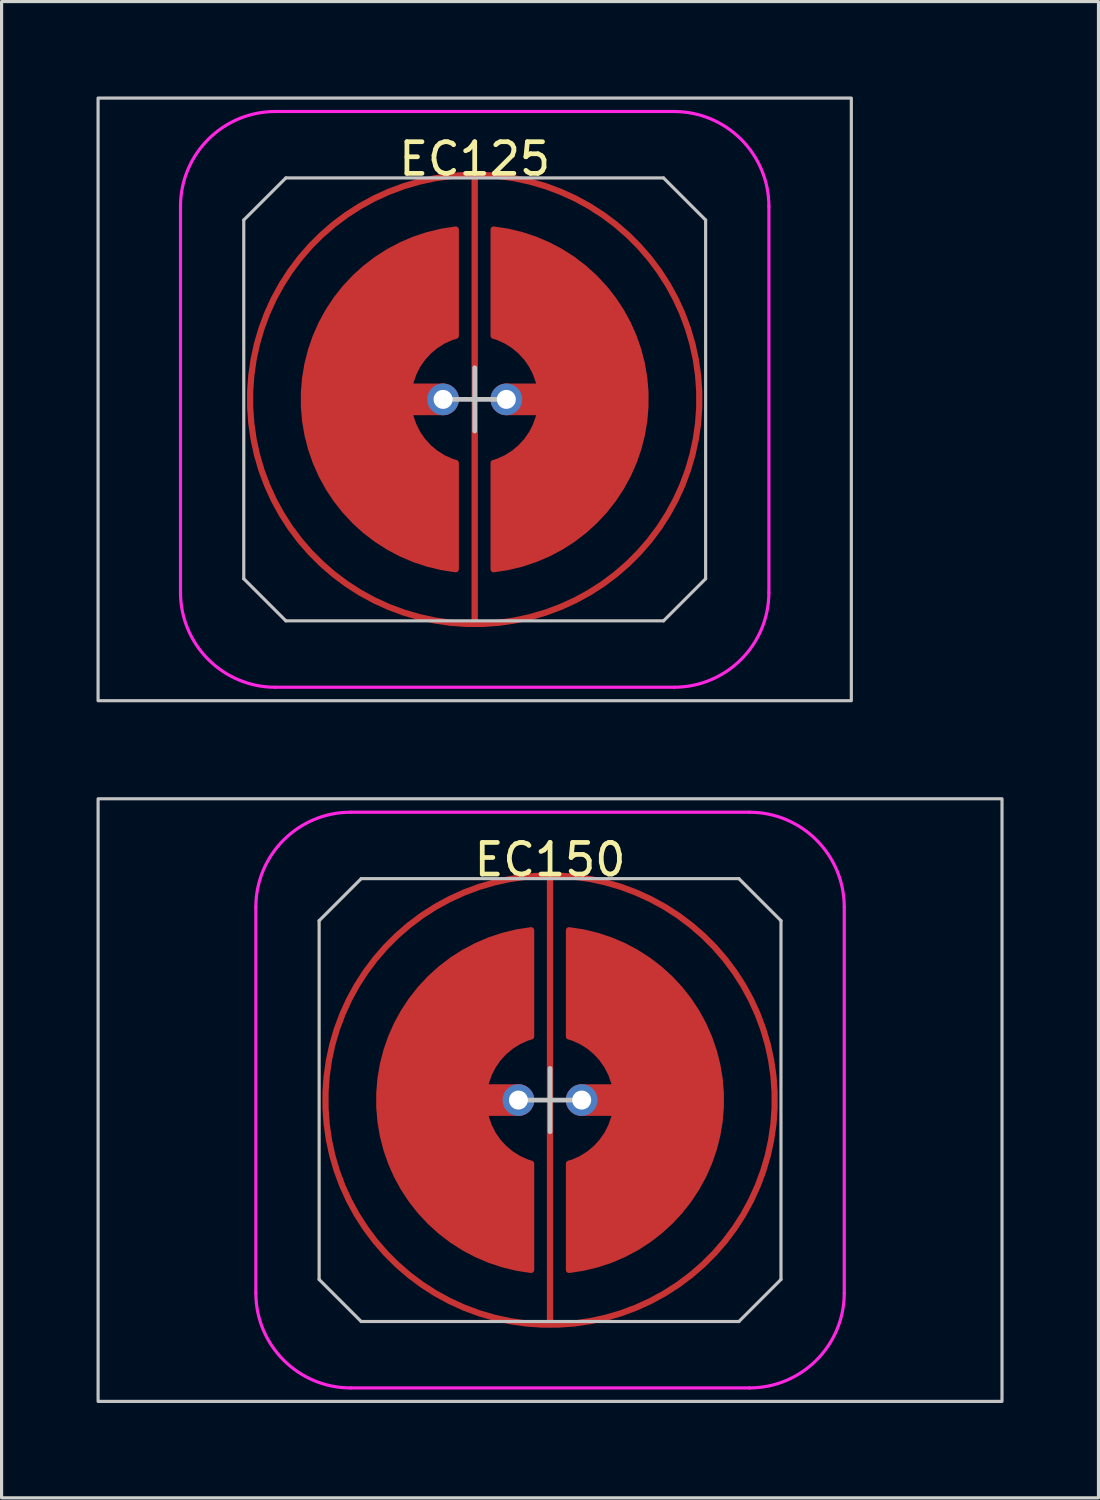
<source format=kicad_pcb>
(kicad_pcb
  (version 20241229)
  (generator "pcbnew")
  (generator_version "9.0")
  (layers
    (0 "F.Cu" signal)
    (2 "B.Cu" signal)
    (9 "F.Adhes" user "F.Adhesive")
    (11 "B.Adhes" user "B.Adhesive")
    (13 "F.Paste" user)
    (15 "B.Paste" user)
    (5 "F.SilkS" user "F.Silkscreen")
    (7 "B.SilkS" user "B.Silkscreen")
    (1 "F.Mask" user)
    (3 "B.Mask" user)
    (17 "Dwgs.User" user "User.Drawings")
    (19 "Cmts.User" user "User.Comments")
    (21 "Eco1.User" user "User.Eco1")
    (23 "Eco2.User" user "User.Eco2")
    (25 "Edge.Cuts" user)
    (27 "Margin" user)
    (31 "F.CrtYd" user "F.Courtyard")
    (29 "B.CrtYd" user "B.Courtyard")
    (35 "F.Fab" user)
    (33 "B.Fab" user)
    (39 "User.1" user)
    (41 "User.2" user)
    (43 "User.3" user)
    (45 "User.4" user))
  (footprint "EC125"
    (layer "F.Cu")
    (at 11.956 9.575)
    (property "Reference" "EC125" (at 0 -7.6 0) (layer "F.SilkS") (effects (font (size 1 1) (thickness 0.15))))
    (attr through_hole exclude_from_pos_files exclude_from_bom)
    (fp_line (start -7.3 -5.67) (end -5.97 -7) (stroke (width 0.1) (type solid)) (layer "Dwgs.User"))
    (fp_line (start -7.3 5.67) (end -7.3 -5.67) (stroke (width 0.1) (type solid)) (layer "Dwgs.User"))
    (fp_line (start -7.3 5.67) (end -5.97 7) (stroke (width 0.1) (type solid)) (layer "Dwgs.User"))
    (fp_line (start -5.97 -7) (end 5.97 -7) (stroke (width 0.1) (type solid)) (layer "Dwgs.User"))
    (fp_line (start -1 0) (end 1 0) (stroke (width 0.15) (type default)) (layer "Dwgs.User"))
    (fp_line (start 0 -1) (end 0 1) (stroke (width 0.15) (type default)) (layer "Dwgs.User"))
    (fp_line (start 5.97 -7) (end 7.3 -5.67) (stroke (width 0.1) (type solid)) (layer "Dwgs.User"))
    (fp_line (start 5.97 7) (end -5.97 7) (stroke (width 0.1) (type solid)) (layer "Dwgs.User"))
    (fp_line (start 7.3 -5.67) (end 7.3 5.67) (stroke (width 0.1) (type solid)) (layer "Dwgs.User"))
    (fp_line (start 7.3 5.67) (end 5.97 7) (stroke (width 0.1) (type solid)) (layer "Dwgs.User"))
    (fp_rect (start -11.906 -9.525) (end 11.906 9.525) (stroke (width 0.1) (type solid)) (fill no) (layer "Dwgs.User"))
    (fp_line (start -9.3 6.1) (end -9.3 -6.1) (stroke (width 0.1) (type solid)) (layer "F.CrtYd"))
    (fp_line (start -6.3 -9.1) (end 6.3 -9.1) (stroke (width 0.1) (type solid)) (layer "F.CrtYd"))
    (fp_line (start -6.3 9.1) (end 6.3 9.1) (stroke (width 0.1) (type solid)) (layer "F.CrtYd"))
    (fp_line (start 9.3 -6.1) (end 9.3 6.1) (stroke (width 0.1) (type solid)) (layer "F.CrtYd"))
    (fp_arc (start -9.3 -6.1) (mid -8.42132 -8.22132) (end -6.3 -9.1) (stroke (width 0.1) (type solid)) (layer "F.CrtYd"))
    (fp_arc (start -6.3 9.1) (mid -8.42132 8.22132) (end -9.3 6.1) (stroke (width 0.1) (type solid)) (layer "F.CrtYd"))
    (fp_arc (start 6.3 -9.1) (mid 8.42132 -8.22132) (end 9.3 -6.1) (stroke (width 0.1) (type solid)) (layer "F.CrtYd"))
    (fp_arc (start 9.3 6.1) (mid 8.42132 8.22132) (end 6.3 9.1) (stroke (width 0.1) (type solid)) (layer "F.CrtYd"))
    (pad "" smd circle (at -1 0) (size 0.55 0.55) (layers "F.Mask"))
    (pad "" smd circle (at 1 0) (size 0.55 0.55) (layers "F.Mask"))
    (pad "1" smd custom (at 0 0 90) (size 0.2 0.2) (layers "F.Cu") (options (anchor circle)) (primitives (gr_line (start 7.1 0) (end -7.1 0) (width 0.2)) (gr_circle (center 0 0) (end 7.1 0) (width 0.2) (fill no))))
    (pad "2" smd custom (at -4.1 0) (size 0.2 0.2) (layers "F.Cu") (options (anchor circle)) (primitives (gr_poly (pts (xy 3.1 5.3) (xy 2.1 5) (xy 1.1 4.5) (xy 0.1 3.6) (xy -0.9 2) (xy -1.2 1) (xy -1.3 0) (xy -1.2 -1) (xy -0.9 -2) (xy 0.1 -3.6) (xy 1.1 -4.5) (xy 2.1 -5) (xy 3.1 -5.3) (xy 3.5 -5.367) (xy 3.5 -2.012) (xy 3.1 -1.8) (xy 2.2 -1) (xy 2 0) (xy 2.2 1) (xy 3.1 1.8) (xy 3.5 2.012) (xy 3.5 5.367)) (width 0) (fill yes)) (gr_line (start 3.1 0) (end 0.6 0) (width 1)) (gr_line (start 3.5 2.012) (end 3.5 5.367) (width 0.2)) (gr_line (start 3.5 -2.012) (end 3.5 -5.367) (width 0.2)) (gr_arc (start 3.5 5.366562) (mid -1.299999 0.001944) (end 3.496136 -5.366129) (width 0.2)) (gr_arc (start 3.5 2.01246) (mid 2.000002 0.001775) (end 3.496598 -2.011443) (width 0.2))))
    (pad "2" thru_hole circle (at -1 0) (size 1 1) (drill 0.6) (layers "*.Cu" "B.Mask"))
    (pad "3" thru_hole circle (at 1 0) (size 1 1) (drill 0.6) (layers "*.Cu" "B.Mask"))
    (pad "3" smd custom (at 4.1 0) (size 0.2 0.2) (layers "F.Cu") (options (anchor circle)) (primitives (gr_poly (pts (xy -3.1 -5.3) (xy -2.1 -5) (xy -1.1 -4.5) (xy -0.1 -3.6) (xy 0.9 -2) (xy 1.2 -1) (xy 1.3 0) (xy 1.2 1) (xy 0.9 2) (xy -0.1 3.6) (xy -1.1 4.5) (xy -2.1 5) (xy -3.5 5.367) (xy -3.5 2.012) (xy -3.1 1.8) (xy -2.2 1) (xy -2 0) (xy -2.2 -1) (xy -3.1 -1.8) (xy -3.5 -2.012) (xy -3.5 -5.367)) (width 0) (fill yes)) (gr_line (start -3.5 -2.012) (end -3.5 -5.367) (width 0.2)) (gr_arc (start -3.5 -2.01246) (mid -2.000002 -0.001775) (end -3.496598 2.011443) (width 0.2)) (gr_arc (start -3.5 -5.366562) (mid 1.299999 -0.001944) (end -3.496136 5.366129) (width 0.2)) (gr_line (start -3.5 2.012) (end -3.5 5.367) (width 0.2)) (gr_line (start -0.6 0) (end -3.1 0) (width 1))))
    (zone (net_name "") (layers "F.Cu" "B.Cu") (hatch edge 0.508) (connect_pads) (min_thickness 0.254) (filled_areas_thickness no) (keepout (tracks allowed) (vias allowed) (pads allowed) (copperpour not_allowed) (footprints allowed)) (placement (enabled no)) (fill) (polygon (pts (xy 12.956 2.575) (xy 13.956 2.775) (xy 14.956 3.175) (xy 15.956 3.675) (xy 16.956 4.575) (xy 17.856 5.575) (xy 18.356 6.575) (xy 18.756 7.575) (xy 18.956 8.575) (xy 19.056 9.575) (xy 18.956 10.575) (xy 18.756 11.575) (xy 18.356 12.575) (xy 17.956 13.375) (xy 16.956 14.675) (xy 15.956 15.475) (xy 14.956 16.075) (xy 13.956 16.375) (xy 12.956 16.575) (xy 11.956 16.675) (xy 10.956 16.575) (xy 9.956 16.375) (xy 8.956 15.975) (xy 7.956 15.475) (xy 6.956 14.575) (xy 6.056 13.575) (xy 5.556 12.575) (xy 5.156 11.575) (xy 4.956 10.575) (xy 4.856 9.575) (xy 4.956 8.575) (xy 5.156 7.675) (xy 5.556 6.575) (xy 6.056 5.575) (xy 6.856 4.575) (xy 7.956 3.675) (xy 8.956 3.175) (xy 9.956 2.775) (xy 10.956 2.575) (xy 11.956 2.475)))))
  (footprint "EC150"
    (layer "F.Cu")
    (at 14.338 31.725)
    (property "Reference" "EC150" (at 0 -7.6 0) (layer "F.SilkS") (effects (font (size 1 1) (thickness 0.15))))
    (attr through_hole exclude_from_pos_files exclude_from_bom)
    (fp_line (start -7.3 -5.67) (end -5.97 -7) (stroke (width 0.1) (type solid)) (layer "Dwgs.User"))
    (fp_line (start -7.3 5.67) (end -7.3 -5.67) (stroke (width 0.1) (type solid)) (layer "Dwgs.User"))
    (fp_line (start -7.3 5.67) (end -5.97 7) (stroke (width 0.1) (type solid)) (layer "Dwgs.User"))
    (fp_line (start -5.97 -7) (end 5.97 -7) (stroke (width 0.1) (type solid)) (layer "Dwgs.User"))
    (fp_line (start -1 0) (end 1 0) (stroke (width 0.15) (type default)) (layer "Dwgs.User"))
    (fp_line (start 0 -1) (end 0 1) (stroke (width 0.15) (type default)) (layer "Dwgs.User"))
    (fp_line (start 5.97 -7) (end 7.3 -5.67) (stroke (width 0.1) (type solid)) (layer "Dwgs.User"))
    (fp_line (start 5.97 7) (end -5.97 7) (stroke (width 0.1) (type solid)) (layer "Dwgs.User"))
    (fp_line (start 7.3 -5.67) (end 7.3 5.67) (stroke (width 0.1) (type solid)) (layer "Dwgs.User"))
    (fp_line (start 7.3 5.67) (end 5.97 7) (stroke (width 0.1) (type solid)) (layer "Dwgs.User"))
    (fp_rect (start -14.287 -9.525) (end 14.287 9.525) (stroke (width 0.1) (type solid)) (fill no) (layer "Dwgs.User"))
    (fp_line (start -9.3 6.1) (end -9.3 -6.1) (stroke (width 0.1) (type solid)) (layer "F.CrtYd"))
    (fp_line (start -6.3 -9.1) (end 6.3 -9.1) (stroke (width 0.1) (type solid)) (layer "F.CrtYd"))
    (fp_line (start -6.3 9.1) (end 6.3 9.1) (stroke (width 0.1) (type solid)) (layer "F.CrtYd"))
    (fp_line (start 9.3 -6.1) (end 9.3 6.1) (stroke (width 0.1) (type solid)) (layer "F.CrtYd"))
    (fp_arc (start -9.3 -6.1) (mid -8.42132 -8.22132) (end -6.3 -9.1) (stroke (width 0.1) (type solid)) (layer "F.CrtYd"))
    (fp_arc (start -6.3 9.1) (mid -8.42132 8.22132) (end -9.3 6.1) (stroke (width 0.1) (type solid)) (layer "F.CrtYd"))
    (fp_arc (start 6.3 -9.1) (mid 8.42132 -8.22132) (end 9.3 -6.1) (stroke (width 0.1) (type solid)) (layer "F.CrtYd"))
    (fp_arc (start 9.3 6.1) (mid 8.42132 8.22132) (end 6.3 9.1) (stroke (width 0.1) (type solid)) (layer "F.CrtYd"))
    (pad "" smd circle (at -1 0) (size 0.55 0.55) (layers "F.Mask"))
    (pad "" smd circle (at 1 0) (size 0.55 0.55) (layers "F.Mask"))
    (pad "1" smd custom (at 0 0 90) (size 0.2 0.2) (layers "F.Cu") (options (anchor circle)) (primitives (gr_line (start 7.1 0) (end -7.1 0) (width 0.2)) (gr_circle (center 0 0) (end 7.1 0) (width 0.2) (fill no))))
    (pad "2" smd custom (at -4.1 0) (size 0.2 0.2) (layers "F.Cu") (options (anchor circle)) (primitives (gr_poly (pts (xy 3.1 5.3) (xy 2.1 5) (xy 1.1 4.5) (xy 0.1 3.6) (xy -0.9 2) (xy -1.2 1) (xy -1.3 0) (xy -1.2 -1) (xy -0.9 -2) (xy 0.1 -3.6) (xy 1.1 -4.5) (xy 2.1 -5) (xy 3.1 -5.3) (xy 3.5 -5.367) (xy 3.5 -2.012) (xy 3.1 -1.8) (xy 2.2 -1) (xy 2 0) (xy 2.2 1) (xy 3.1 1.8) (xy 3.5 2.012) (xy 3.5 5.367)) (width 0) (fill yes)) (gr_line (start 3.1 0) (end 0.6 0) (width 1)) (gr_line (start 3.5 2.012) (end 3.5 5.367) (width 0.2)) (gr_line (start 3.5 -2.012) (end 3.5 -5.367) (width 0.2)) (gr_arc (start 3.5 5.366562) (mid -1.299999 0.001944) (end 3.496136 -5.366129) (width 0.2)) (gr_arc (start 3.5 2.01246) (mid 2.000002 0.001775) (end 3.496598 -2.011443) (width 0.2))))
    (pad "2" thru_hole circle (at -1 0) (size 1 1) (drill 0.6) (layers "*.Cu" "B.Mask"))
    (pad "3" thru_hole circle (at 1 0) (size 1 1) (drill 0.6) (layers "*.Cu" "B.Mask"))
    (pad "3" smd custom (at 4.1 0) (size 0.2 0.2) (layers "F.Cu") (options (anchor circle)) (primitives (gr_poly (pts (xy -3.1 -5.3) (xy -2.1 -5) (xy -1.1 -4.5) (xy -0.1 -3.6) (xy 0.9 -2) (xy 1.2 -1) (xy 1.3 0) (xy 1.2 1) (xy 0.9 2) (xy -0.1 3.6) (xy -1.1 4.5) (xy -2.1 5) (xy -3.5 5.367) (xy -3.5 2.012) (xy -3.1 1.8) (xy -2.2 1) (xy -2 0) (xy -2.2 -1) (xy -3.1 -1.8) (xy -3.5 -2.012) (xy -3.5 -5.367)) (width 0) (fill yes)) (gr_line (start -3.5 -2.012) (end -3.5 -5.367) (width 0.2)) (gr_arc (start -3.5 -2.01246) (mid -2.000002 -0.001775) (end -3.496598 2.011443) (width 0.2)) (gr_arc (start -3.5 -5.366562) (mid 1.299999 -0.001944) (end -3.496136 5.366129) (width 0.2)) (gr_line (start -3.5 2.012) (end -3.5 5.367) (width 0.2)) (gr_line (start -0.6 0) (end -3.1 0) (width 1))))
    (zone (net_name "") (layers "F.Cu" "B.Cu") (hatch edge 0.508) (connect_pads) (min_thickness 0.254) (filled_areas_thickness no) (keepout (tracks allowed) (vias allowed) (pads allowed) (copperpour not_allowed) (footprints allowed)) (placement (enabled no)) (fill) (polygon (pts (xy 15.338 24.725) (xy 16.337 24.925) (xy 17.337 25.325) (xy 18.337 25.825) (xy 19.337 26.725) (xy 20.238 27.725) (xy 20.738 28.725) (xy 21.137 29.725) (xy 21.337 30.725) (xy 21.438 31.725) (xy 21.337 32.725) (xy 21.137 33.725) (xy 20.738 34.725) (xy 20.337 35.525) (xy 19.337 36.825) (xy 18.337 37.625) (xy 17.337 38.225) (xy 16.337 38.525) (xy 15.338 38.725) (xy 14.338 38.825) (xy 13.338 38.725) (xy 12.338 38.525) (xy 11.338 38.125) (xy 10.338 37.625) (xy 9.338 36.725) (xy 8.438 35.725) (xy 7.938 34.725) (xy 7.537 33.725) (xy 7.338 32.725) (xy 7.237 31.725) (xy 7.338 30.725) (xy 7.537 29.825) (xy 7.938 28.725) (xy 8.438 27.725) (xy 9.238 26.725) (xy 10.338 25.825) (xy 11.338 25.325) (xy 12.338 24.925) (xy 13.338 24.725) (xy 14.338 24.625)))))
  (gr_rect
    (start -3 -3)
    (end 31.675 44.3)
    (stroke (width 0.1) (type default))
    (fill no)
    (layer "Edge.Cuts")))
</source>
